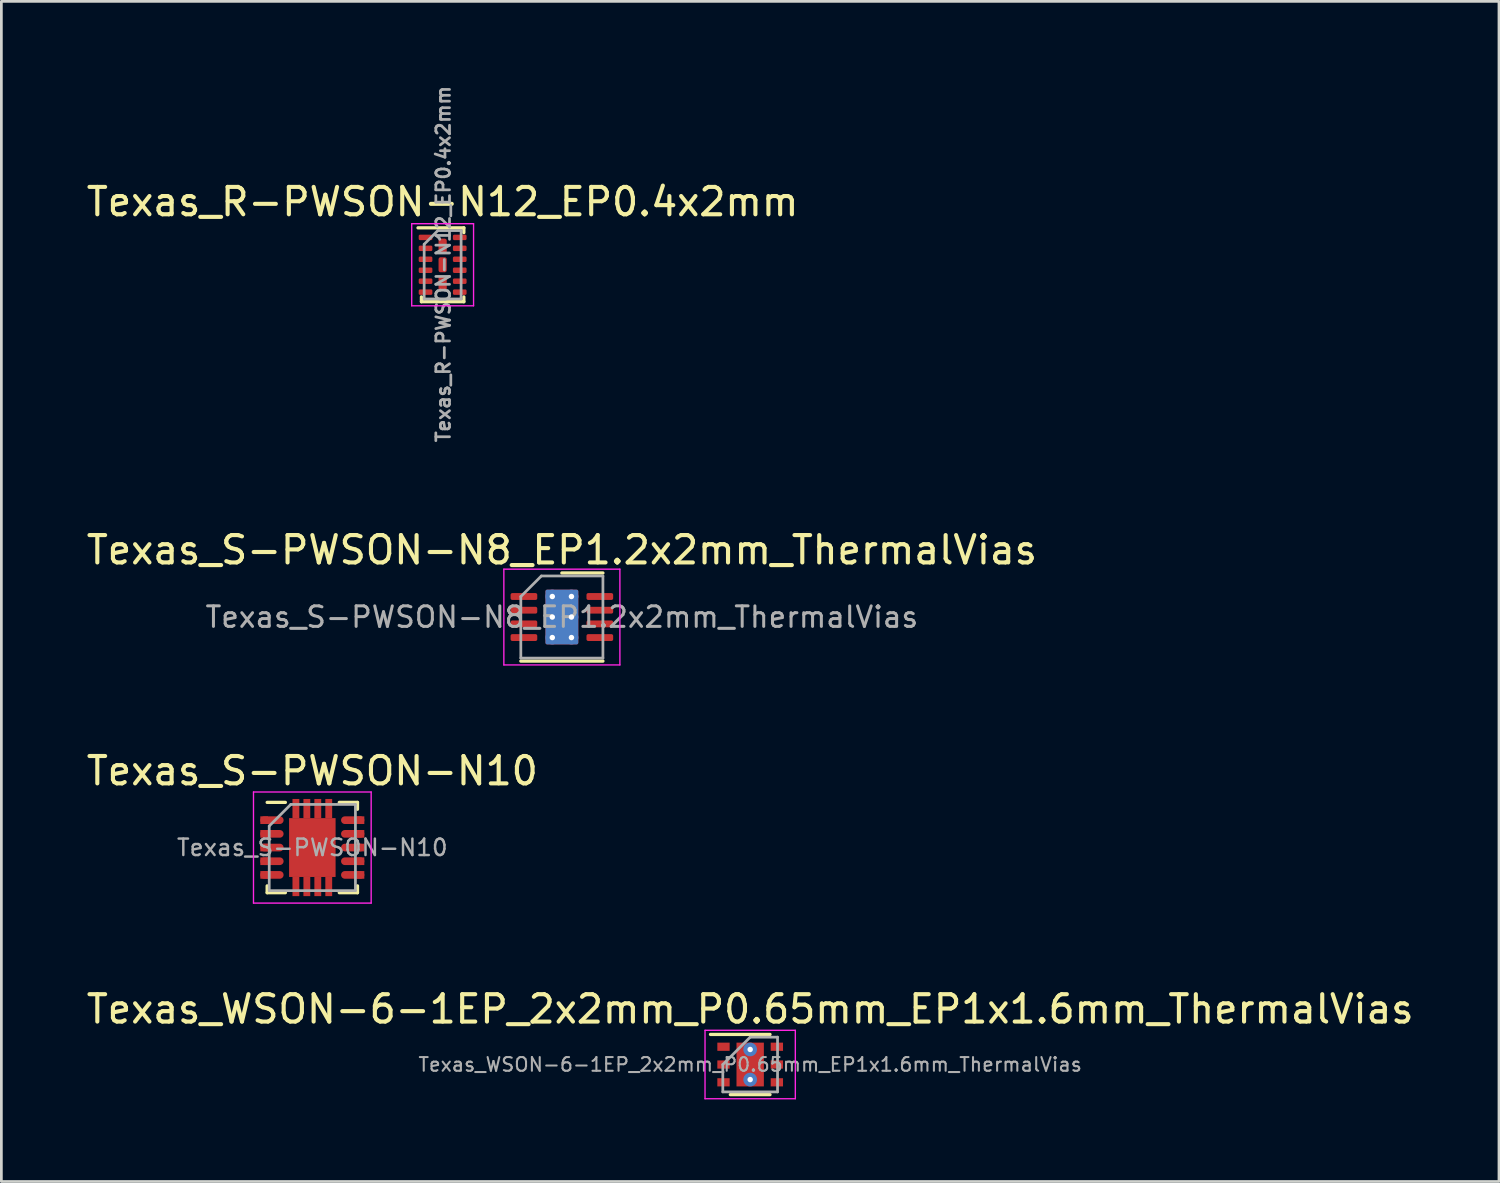
<source format=kicad_pcb>
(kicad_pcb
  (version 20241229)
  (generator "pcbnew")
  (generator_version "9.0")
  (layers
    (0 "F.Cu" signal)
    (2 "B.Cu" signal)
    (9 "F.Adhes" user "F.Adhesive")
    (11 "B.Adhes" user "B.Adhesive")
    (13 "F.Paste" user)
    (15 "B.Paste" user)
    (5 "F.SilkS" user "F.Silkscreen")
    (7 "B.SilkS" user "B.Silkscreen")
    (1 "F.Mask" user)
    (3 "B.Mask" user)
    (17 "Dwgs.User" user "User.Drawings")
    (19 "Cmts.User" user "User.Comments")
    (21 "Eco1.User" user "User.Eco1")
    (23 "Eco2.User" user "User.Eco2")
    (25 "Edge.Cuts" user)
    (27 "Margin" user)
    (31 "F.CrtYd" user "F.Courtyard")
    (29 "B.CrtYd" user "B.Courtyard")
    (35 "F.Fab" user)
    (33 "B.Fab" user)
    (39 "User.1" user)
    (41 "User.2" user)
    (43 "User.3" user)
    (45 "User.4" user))
  (footprint "Texas_S-PWSON-N10"
    (layer "F.Cu")
    (at 8.363 27.921)
    (property "Reference" "Texas_S-PWSON-N10" (at 0 -2.8 0) (layer "F.SilkS") (effects (font (size 1 1) (thickness 0.15))))
    (attr smd)
    (fp_line (start -1.65 -1.65) (end -0.985 -1.65) (stroke (width 0.12) (type solid)) (layer "F.SilkS"))
    (fp_line (start -1.65 1.65) (end -1.65 1.4) (stroke (width 0.12) (type solid)) (layer "F.SilkS"))
    (fp_line (start -1.65 1.65) (end -0.985 1.65) (stroke (width 0.12) (type solid)) (layer "F.SilkS"))
    (fp_line (start 0.985 -1.65) (end 1.65 -1.65) (stroke (width 0.12) (type solid)) (layer "F.SilkS"))
    (fp_line (start 0.985 1.65) (end 1.65 1.65) (stroke (width 0.12) (type solid)) (layer "F.SilkS"))
    (fp_line (start 1.65 -1.4) (end 1.65 -1.65) (stroke (width 0.12) (type solid)) (layer "F.SilkS"))
    (fp_line (start 1.65 1.4) (end 1.65 1.65) (stroke (width 0.12) (type solid)) (layer "F.SilkS"))
    (fp_line (start -2.15 -2.03) (end -2.15 2.03) (stroke (width 0.05) (type solid)) (layer "F.CrtYd"))
    (fp_line (start -2.15 -2.03) (end 2.15 -2.03) (stroke (width 0.05) (type solid)) (layer "F.CrtYd"))
    (fp_line (start -2.15 2.03) (end 2.15 2.03) (stroke (width 0.05) (type solid)) (layer "F.CrtYd"))
    (fp_line (start 2.15 -2.03) (end 2.15 2.03) (stroke (width 0.05) (type solid)) (layer "F.CrtYd"))
    (fp_line (start -1.575 1.575) (end -1.575 -0.787) (stroke (width 0.1) (type solid)) (layer "F.Fab"))
    (fp_line (start -0.787 -1.575) (end -1.575 -0.787) (stroke (width 0.1) (type solid)) (layer "F.Fab"))
    (fp_line (start -0.787 -1.575) (end 1.575 -1.575) (stroke (width 0.1) (type solid)) (layer "F.Fab"))
    (fp_line (start 1.575 -1.575) (end 1.575 1.575) (stroke (width 0.1) (type solid)) (layer "F.Fab"))
    (fp_line (start 1.575 1.575) (end -1.575 1.575) (stroke (width 0.1) (type solid)) (layer "F.Fab"))
    (fp_text user "${REFERENCE}" (at 0 0 0) (layer "F.Fab") (effects (font (size 0.6 0.6) (thickness 0.09))))
    (pad "1" smd rect (at -1.76 -1) (size 0.28 0.28) (layers "F.Cu" "F.Mask" "F.Paste"))
    (pad "1" smd oval (at -1.475 -1) (size 0.85 0.28) (layers "F.Cu" "F.Mask" "F.Paste"))
    (pad "2" smd rect (at -1.76 -0.5) (size 0.28 0.28) (layers "F.Cu" "F.Mask" "F.Paste"))
    (pad "2" smd oval (at -1.475 -0.5) (size 0.85 0.28) (layers "F.Cu" "F.Mask" "F.Paste"))
    (pad "3" smd rect (at -1.76 0) (size 0.28 0.28) (layers "F.Cu" "F.Mask" "F.Paste"))
    (pad "3" smd oval (at -1.475 0) (size 0.85 0.28) (layers "F.Cu" "F.Mask" "F.Paste"))
    (pad "4" smd rect (at -1.76 0.5) (size 0.28 0.28) (layers "F.Cu" "F.Mask" "F.Paste"))
    (pad "4" smd oval (at -1.475 0.5) (size 0.85 0.28) (layers "F.Cu" "F.Mask" "F.Paste"))
    (pad "5" smd rect (at -1.76 1) (size 0.28 0.28) (layers "F.Cu" "F.Mask" "F.Paste"))
    (pad "5" smd oval (at -1.475 1) (size 0.85 0.28) (layers "F.Cu" "F.Mask" "F.Paste"))
    (pad "6" smd oval (at 1.475 1) (size 0.85 0.28) (layers "F.Cu" "F.Mask" "F.Paste"))
    (pad "6" smd rect (at 1.76 1) (size 0.28 0.28) (layers "F.Cu" "F.Mask" "F.Paste"))
    (pad "7" smd oval (at 1.475 0.5) (size 0.85 0.28) (layers "F.Cu" "F.Mask" "F.Paste"))
    (pad "7" smd rect (at 1.76 0.5) (size 0.28 0.28) (layers "F.Cu" "F.Mask" "F.Paste"))
    (pad "8" smd oval (at 1.475 0) (size 0.85 0.28) (layers "F.Cu" "F.Mask" "F.Paste"))
    (pad "8" smd rect (at 1.76 0) (size 0.28 0.28) (layers "F.Cu" "F.Mask" "F.Paste"))
    (pad "9" smd oval (at 1.475 -0.5) (size 0.85 0.28) (layers "F.Cu" "F.Mask" "F.Paste"))
    (pad "9" smd rect (at 1.76 -0.5) (size 0.28 0.28) (layers "F.Cu" "F.Mask" "F.Paste"))
    (pad "10" smd oval (at 1.475 -1) (size 0.85 0.28) (layers "F.Cu" "F.Mask" "F.Paste"))
    (pad "10" smd rect (at 1.76 -1) (size 0.28 0.28) (layers "F.Cu" "F.Mask" "F.Paste"))
    (pad "11" smd rect (at -0.6 -1.425) (size 0.25 0.7) (layers "F.Cu" "F.Mask" "F.Paste"))
    (pad "11" smd rect (at -0.6 1.425) (size 0.25 0.7) (layers "F.Cu" "F.Mask" "F.Paste"))
    (pad "11" smd rect (at -0.435 -0.56) (size 0.65 0.9) (layers "F.Cu" "F.Mask" "F.Paste"))
    (pad "11" smd rect (at -0.435 0.56) (size 0.65 0.9) (layers "F.Cu" "F.Mask" "F.Paste"))
    (pad "11" smd rect (at -0.2 -1.425) (size 0.25 0.7) (layers "F.Cu" "F.Mask" "F.Paste"))
    (pad "11" smd rect (at -0.2 1.425) (size 0.25 0.7) (layers "F.Cu" "F.Mask" "F.Paste"))
    (pad "11" smd rect (at 0 0) (size 1.7 2.15) (layers "F.Cu" "F.Mask"))
    (pad "11" smd rect (at 0.2 -1.425) (size 0.25 0.7) (layers "F.Cu" "F.Mask" "F.Paste"))
    (pad "11" smd rect (at 0.2 1.425) (size 0.25 0.7) (layers "F.Cu" "F.Mask" "F.Paste"))
    (pad "11" smd rect (at 0.435 -0.56) (size 0.65 0.9) (layers "F.Cu" "F.Mask" "F.Paste"))
    (pad "11" smd rect (at 0.435 0.56) (size 0.65 0.9) (layers "F.Cu" "F.Mask" "F.Paste"))
    (pad "11" smd rect (at 0.6 -1.425) (size 0.25 0.7) (layers "F.Cu" "F.Mask" "F.Paste"))
    (pad "11" smd rect (at 0.6 1.425) (size 0.25 0.7) (layers "F.Cu" "F.Mask" "F.Paste")))
  (footprint "Texas_R-PWSON-N12_EP0.4x2mm"
    (layer "F.Cu")
    (at 13.125 6.625)
    (property "Reference" "Texas_R-PWSON-N12_EP0.4x2mm" (at 0 -2.3 0) (layer "F.SilkS") (effects (font (size 1 1) (thickness 0.15))))
    (attr smd)
    (fp_line (start -0.775 1.35) (end -0.775 1.175) (stroke (width 0.12) (type solid)) (layer "F.SilkS"))
    (fp_line (start 0.775 -1.35) (end -0.9 -1.35) (stroke (width 0.12) (type solid)) (layer "F.SilkS"))
    (fp_line (start 0.775 -1.35) (end 0.775 -1.175) (stroke (width 0.12) (type solid)) (layer "F.SilkS"))
    (fp_line (start 0.775 1.35) (end -0.775 1.35) (stroke (width 0.12) (type solid)) (layer "F.SilkS"))
    (fp_line (start 0.775 1.35) (end 0.775 1.175) (stroke (width 0.12) (type solid)) (layer "F.SilkS"))
    (fp_line (start -1.13 -1.5) (end -1.13 1.5) (stroke (width 0.05) (type solid)) (layer "F.CrtYd"))
    (fp_line (start -1.13 -1.5) (end 1.13 -1.5) (stroke (width 0.05) (type solid)) (layer "F.CrtYd"))
    (fp_line (start -1.13 1.5) (end 1.13 1.5) (stroke (width 0.05) (type solid)) (layer "F.CrtYd"))
    (fp_line (start 1.13 -1.5) (end 1.13 1.5) (stroke (width 0.05) (type solid)) (layer "F.CrtYd"))
    (fp_line (start -0.675 -0.75) (end -0.675 1.25) (stroke (width 0.1) (type solid)) (layer "F.Fab"))
    (fp_line (start -0.675 1.25) (end 0.675 1.25) (stroke (width 0.1) (type solid)) (layer "F.Fab"))
    (fp_line (start -0.175 -1.25) (end -0.675 -0.75) (stroke (width 0.1) (type solid)) (layer "F.Fab"))
    (fp_line (start -0.175 -1.25) (end 0.675 -1.25) (stroke (width 0.1) (type solid)) (layer "F.Fab"))
    (fp_line (start 0.675 -1.25) (end 0.675 1.25) (stroke (width 0.1) (type solid)) (layer "F.Fab"))
    (fp_text user "${REFERENCE}" (at 0.025 -0.025 90) (layer "F.Fab") (effects (font (size 0.5 0.5) (thickness 0.1))))
    (pad "1" smd roundrect (at -0.625 -1 90) (size 0.2 0.5) (layers "F.Cu" "F.Mask" "F.Paste") (roundrect_rratio 0.25))
    (pad "2" smd roundrect (at -0.625 -0.6 90) (size 0.2 0.5) (layers "F.Cu" "F.Mask" "F.Paste") (roundrect_rratio 0.25))
    (pad "3" smd roundrect (at -0.625 -0.2 90) (size 0.2 0.5) (layers "F.Cu" "F.Mask" "F.Paste") (roundrect_rratio 0.25))
    (pad "4" smd roundrect (at -0.625 0.2 90) (size 0.2 0.5) (layers "F.Cu" "F.Mask" "F.Paste") (roundrect_rratio 0.25))
    (pad "5" smd roundrect (at -0.625 0.6 90) (size 0.2 0.5) (layers "F.Cu" "F.Mask" "F.Paste") (roundrect_rratio 0.25))
    (pad "6" smd roundrect (at -0.625 1 90) (size 0.2 0.5) (layers "F.Cu" "F.Mask" "F.Paste") (roundrect_rratio 0.25))
    (pad "7" smd roundrect (at 0.625 1 90) (size 0.2 0.5) (layers "F.Cu" "F.Mask" "F.Paste") (roundrect_rratio 0.25))
    (pad "8" smd roundrect (at 0.625 0.6 90) (size 0.2 0.5) (layers "F.Cu" "F.Mask" "F.Paste") (roundrect_rratio 0.25))
    (pad "9" smd roundrect (at 0.625 0.2 90) (size 0.2 0.5) (layers "F.Cu" "F.Mask" "F.Paste") (roundrect_rratio 0.25))
    (pad "10" smd roundrect (at 0.625 -0.2 90) (size 0.2 0.5) (layers "F.Cu" "F.Mask" "F.Paste") (roundrect_rratio 0.25))
    (pad "11" smd roundrect (at 0.625 -0.6 90) (size 0.2 0.5) (layers "F.Cu" "F.Mask" "F.Paste") (roundrect_rratio 0.25))
    (pad "12" smd roundrect (at 0.625 -1 90) (size 0.2 0.5) (layers "F.Cu" "F.Mask" "F.Paste") (roundrect_rratio 0.25))
    (pad "13" smd roundrect (at 0 -0.68) (size 0.3 0.55) (layers "F.Cu" "F.Mask" "F.Paste") (roundrect_rratio 0.25))
    (pad "13" smd roundrect (at 0 0) (size 0.3 0.55) (layers "F.Cu" "F.Mask" "F.Paste") (roundrect_rratio 0.25))
    (pad "13" smd roundrect (at 0 0.68) (size 0.3 0.55) (layers "F.Cu" "F.Mask" "F.Paste") (roundrect_rratio 0.25)))
  (footprint "Texas_S-PWSON-N8_EP1.2x2mm_ThermalVias"
    (layer "F.Cu")
    (at 17.482 19.498)
    (property "Reference" "Texas_S-PWSON-N8_EP1.2x2mm_ThermalVias" (at 0 -2.45 0) (layer "F.SilkS") (effects (font (size 1 1) (thickness 0.15))))
    (attr smd)
    (fp_line (start -1.5 1.61) (end 1.5 1.61) (stroke (width 0.12) (type solid)) (layer "F.SilkS"))
    (fp_line (start 0 -1.61) (end 1.5 -1.61) (stroke (width 0.12) (type solid)) (layer "F.SilkS"))
    (fp_line (start -2.12 -1.75) (end -2.12 1.75) (stroke (width 0.05) (type solid)) (layer "F.CrtYd"))
    (fp_line (start -2.12 1.75) (end 2.12 1.75) (stroke (width 0.05) (type solid)) (layer "F.CrtYd"))
    (fp_line (start 2.12 -1.75) (end -2.12 -1.75) (stroke (width 0.05) (type solid)) (layer "F.CrtYd"))
    (fp_line (start 2.12 1.75) (end 2.12 -1.75) (stroke (width 0.05) (type solid)) (layer "F.CrtYd"))
    (fp_line (start -1.5 -0.75) (end -0.75 -1.5) (stroke (width 0.1) (type solid)) (layer "F.Fab"))
    (fp_line (start -1.5 1.5) (end -1.5 -0.75) (stroke (width 0.1) (type solid)) (layer "F.Fab"))
    (fp_line (start -0.75 -1.5) (end 1.5 -1.5) (stroke (width 0.1) (type solid)) (layer "F.Fab"))
    (fp_line (start 1.5 -1.5) (end 1.5 1.5) (stroke (width 0.1) (type solid)) (layer "F.Fab"))
    (fp_line (start 1.5 1.5) (end -1.5 1.5) (stroke (width 0.1) (type solid)) (layer "F.Fab"))
    (fp_text user "${REFERENCE}" (at 0 0 0) (layer "F.Fab") (effects (font (size 0.75 0.75) (thickness 0.11))))
    (pad "" smd roundrect (at 0 -0.5) (size 1.04 0.87) (layers "F.Paste") (roundrect_rratio 0.25))
    (pad "" smd roundrect (at 0 0.5) (size 1.04 0.87) (layers "F.Paste") (roundrect_rratio 0.25))
    (pad "1" smd roundrect (at -1.387 -0.75) (size 0.975 0.25) (layers "F.Cu" "F.Mask" "F.Paste") (roundrect_rratio 0.25))
    (pad "2" smd roundrect (at -1.387 -0.25) (size 0.975 0.25) (layers "F.Cu" "F.Mask" "F.Paste") (roundrect_rratio 0.25))
    (pad "3" smd roundrect (at -1.387 0.25) (size 0.975 0.25) (layers "F.Cu" "F.Mask" "F.Paste") (roundrect_rratio 0.25))
    (pad "4" smd roundrect (at -1.387 0.75) (size 0.975 0.25) (layers "F.Cu" "F.Mask" "F.Paste") (roundrect_rratio 0.25))
    (pad "5" smd roundrect (at 1.387 0.75) (size 0.975 0.25) (layers "F.Cu" "F.Mask" "F.Paste") (roundrect_rratio 0.25))
    (pad "6" smd roundrect (at 1.387 0.25) (size 0.975 0.25) (layers "F.Cu" "F.Mask" "F.Paste") (roundrect_rratio 0.25))
    (pad "7" smd roundrect (at 1.387 -0.25) (size 0.975 0.25) (layers "F.Cu" "F.Mask" "F.Paste") (roundrect_rratio 0.25))
    (pad "8" smd roundrect (at 1.387 -0.75) (size 0.975 0.25) (layers "F.Cu" "F.Mask" "F.Paste") (roundrect_rratio 0.25))
    (pad "9" thru_hole circle (at -0.35 -0.75) (size 0.5 0.5) (drill 0.2) (layers "*.Cu"))
    (pad "9" thru_hole circle (at -0.35 0) (size 0.5 0.5) (drill 0.2) (layers "*.Cu"))
    (pad "9" thru_hole circle (at -0.35 0.75) (size 0.5 0.5) (drill 0.2) (layers "*.Cu"))
    (pad "9" smd roundrect (at 0 0) (size 1.2 2) (layers "F.Cu" "F.Mask") (roundrect_rratio 0.052))
    (pad "9" smd roundrect (at 0 0) (size 1.2 2) (layers "B.Cu") (roundrect_rratio 0.052))
    (pad "9" thru_hole circle (at 0.35 -0.75) (size 0.5 0.5) (drill 0.2) (layers "*.Cu"))
    (pad "9" thru_hole circle (at 0.35 0) (size 0.5 0.5) (drill 0.2) (layers "*.Cu"))
    (pad "9" thru_hole circle (at 0.35 0.75) (size 0.5 0.5) (drill 0.2) (layers "*.Cu")))
  (footprint "Texas_WSON-6-1EP_2x2mm_P0.65mm_EP1x1.6mm_ThermalVias"
    (layer "F.Cu")
    (at 24.363 35.85)
    (property "Reference" "Texas_WSON-6-1EP_2x2mm_P0.65mm_EP1x1.6mm_ThermalVias" (at 0 -2.025 0) (layer "F.SilkS") (effects (font (size 1 1) (thickness 0.15))))
    (attr smd)
    (fp_line (start -1.45 -1.1) (end 0.725 -1.1) (stroke (width 0.12) (type solid)) (layer "F.SilkS"))
    (fp_line (start -0.725 1.1) (end 0.725 1.1) (stroke (width 0.12) (type solid)) (layer "F.SilkS"))
    (fp_line (start -1.65 -1.25) (end -1.65 1.25) (stroke (width 0.05) (type solid)) (layer "F.CrtYd"))
    (fp_line (start -1.65 -1.25) (end 1.65 -1.25) (stroke (width 0.05) (type solid)) (layer "F.CrtYd"))
    (fp_line (start -1.65 1.25) (end 1.65 1.25) (stroke (width 0.05) (type solid)) (layer "F.CrtYd"))
    (fp_line (start 1.65 -1.25) (end 1.65 1.25) (stroke (width 0.05) (type solid)) (layer "F.CrtYd"))
    (fp_line (start -1 0) (end 0 -1) (stroke (width 0.1) (type solid)) (layer "F.Fab"))
    (fp_line (start -1 1) (end -1 0) (stroke (width 0.1) (type solid)) (layer "F.Fab"))
    (fp_line (start 0 -1) (end 1 -1) (stroke (width 0.1) (type solid)) (layer "F.Fab"))
    (fp_line (start 1 -1) (end 1 1) (stroke (width 0.1) (type solid)) (layer "F.Fab"))
    (fp_line (start 1 1) (end -1 1) (stroke (width 0.1) (type solid)) (layer "F.Fab"))
    (fp_text user "${REFERENCE}" (at 0 0 0) (layer "F.Fab") (effects (font (size 0.5 0.5) (thickness 0.075))))
    (pad "" smd rect (at 0 -0.4) (size 0.82 0.63) (layers "F.Paste"))
    (pad "" smd rect (at 0 0.4) (size 0.82 0.63) (layers "F.Paste"))
    (pad "1" smd rect (at -0.975 -0.65) (size 0.45 0.3) (layers "F.Cu" "F.Mask" "F.Paste"))
    (pad "2" smd rect (at -0.975 0) (size 0.45 0.3) (layers "F.Cu" "F.Mask" "F.Paste"))
    (pad "3" smd rect (at -0.975 0.65) (size 0.45 0.3) (layers "F.Cu" "F.Mask" "F.Paste"))
    (pad "4" smd rect (at 0.975 0.65) (size 0.45 0.3) (layers "F.Cu" "F.Mask" "F.Paste"))
    (pad "5" smd rect (at 0.975 0) (size 0.45 0.3) (layers "F.Cu" "F.Mask" "F.Paste"))
    (pad "6" smd rect (at 0.975 -0.65) (size 0.45 0.3) (layers "F.Cu" "F.Mask" "F.Paste"))
    (pad "7" thru_hole circle (at 0 -0.55) (size 0.5 0.5) (drill 0.2) (layers "*.Cu" "*.Mask"))
    (pad "7" smd rect (at 0 0) (size 1 1.6) (layers "F.Cu" "F.Mask"))
    (pad "7" thru_hole circle (at 0 0.55) (size 0.5 0.5) (drill 0.2) (layers "*.Cu" "*.Mask")))
  (gr_rect
    (start -3 -3)
    (end 51.726 40.125)
    (stroke (width 0.1) (type default))
    (fill no)
    (layer "Edge.Cuts")))
</source>
